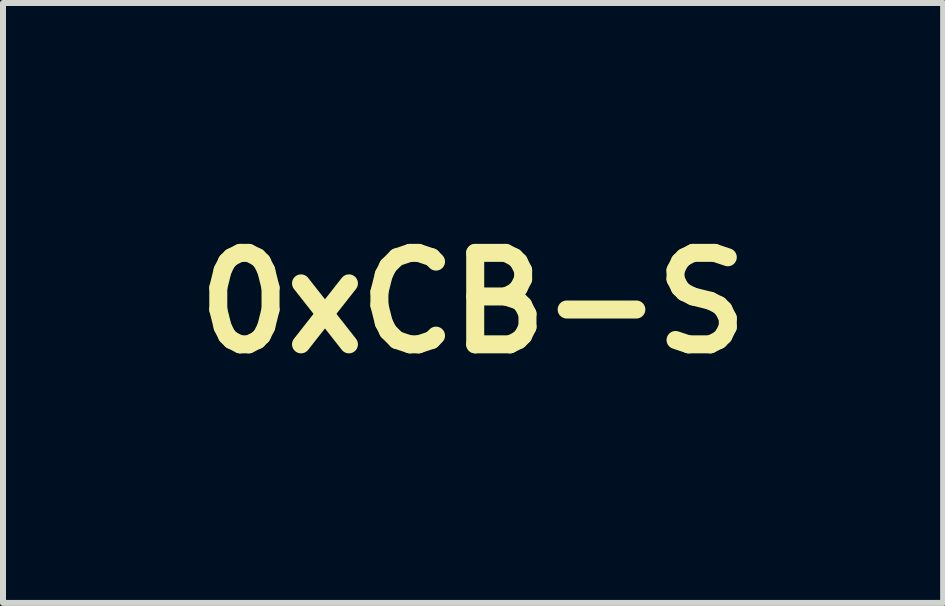
<source format=kicad_pcb>
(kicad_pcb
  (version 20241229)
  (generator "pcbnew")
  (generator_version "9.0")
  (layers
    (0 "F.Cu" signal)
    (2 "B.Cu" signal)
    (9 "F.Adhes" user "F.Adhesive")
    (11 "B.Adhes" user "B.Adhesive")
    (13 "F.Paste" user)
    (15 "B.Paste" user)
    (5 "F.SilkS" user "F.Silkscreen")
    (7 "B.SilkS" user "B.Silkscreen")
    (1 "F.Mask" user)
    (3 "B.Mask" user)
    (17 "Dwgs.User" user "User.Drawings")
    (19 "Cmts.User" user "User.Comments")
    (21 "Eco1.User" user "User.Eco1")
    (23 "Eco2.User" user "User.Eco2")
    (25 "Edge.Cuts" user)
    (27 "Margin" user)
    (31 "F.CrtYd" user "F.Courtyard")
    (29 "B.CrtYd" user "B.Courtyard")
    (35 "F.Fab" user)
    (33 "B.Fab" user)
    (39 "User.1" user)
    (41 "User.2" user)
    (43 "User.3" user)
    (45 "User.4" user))
  (footprint "0xCB-S"
    (layer "F.Cu")
    (at 4.833 1.999)
    (property "Reference" "0xCB-S" (at 0 0 0) (layer "F.SilkS") (effects (font (size 1.524 1.524) (thickness 0.3))))
    (attr board_only exclude_from_pos_files exclude_from_bom)
    (fp_poly (pts (xy 0.622 0.417) (xy 0.484 0.482) (xy 0.453 0.497) (xy 0.424 0.51) (xy 0.399 0.522) (xy 0.377 0.532) (xy 0.36 0.54) (xy 0.348 0.545) (xy 0.343 0.548) (xy 0.343 0.548) (xy 0.342 0.544) (xy 0.342 0.533) (xy 0.341 0.515) (xy 0.341 0.492) (xy 0.341 0.464) (xy 0.34 0.431) (xy 0.34 0.395) (xy 0.34 0.357) (xy 0.34 0.348) (xy 0.34 0.148) (xy 0.624 0.148)) (stroke (width 0) (type solid)) (fill yes) (layer "F.Mask"))
    (fp_poly (pts (xy 0.347 -0.47) (xy 0.352 -0.468) (xy 0.364 -0.463) (xy 0.381 -0.455) (xy 0.403 -0.445) (xy 0.428 -0.433) (xy 0.457 -0.42) (xy 0.488 -0.406) (xy 0.489 -0.405) (xy 0.624 -0.343) (xy 0.624 -0.076) (xy 0.34 -0.076) (xy 0.34 -0.274) (xy 0.34 -0.319) (xy 0.34 -0.357) (xy 0.34 -0.388) (xy 0.34 -0.413) (xy 0.341 -0.432) (xy 0.341 -0.447) (xy 0.342 -0.457) (xy 0.343 -0.464) (xy 0.344 -0.468) (xy 0.345 -0.47) (xy 0.346 -0.47)) (stroke (width 0) (type solid)) (fill yes) (layer "F.Mask"))
    (fp_poly (pts (xy -1.049 -1.999) (xy -1.024 -1.996) (xy -1.001 -1.988) (xy -0.978 -1.975) (xy -0.973 -1.972) (xy -0.947 -1.951) (xy -0.925 -1.924) (xy -0.909 -1.893) (xy -0.905 -1.884) (xy -0.896 -1.858) (xy -0.641 -1.856) (xy -0.587 -1.856) (xy -0.54 -1.855) (xy -0.5 -1.855) (xy -0.467 -1.854) (xy -0.439 -1.853) (xy -0.418 -1.853) (xy -0.401 -1.852) (xy -0.389 -1.851) (xy -0.381 -1.85) (xy -0.377 -1.849) (xy -0.377 -1.849) (xy -0.374 -1.847) (xy -0.371 -1.845) (xy -0.368 -1.843) (xy -0.366 -1.84) (xy -0.364 -1.835) (xy -0.362 -1.829) (xy -0.36 -1.82) (xy -0.359 -1.808) (xy -0.358 -1.794) (xy -0.358 -1.775) (xy -0.357 -1.752) (xy -0.357 -1.725) (xy -0.356 -1.692) (xy -0.356 -1.654) (xy -0.356 -1.609) (xy -0.356 -1.558) (xy -0.356 -1.5) (xy -0.356 -1.439) (xy -0.356 -1.057) (xy -0.313 -1.079) (xy -0.265 -1.099) (xy -0.217 -1.114) (xy -0.167 -1.123) (xy -0.156 -1.125) (xy -0.128 -1.127) (xy -0.103 -1.127) (xy -0.078 -1.124) (xy -0.051 -1.118) (xy -0.023 -1.11) (xy 0.011 -1.099) (xy 0.037 -1.109) (xy 0.077 -1.122) (xy 0.119 -1.128) (xy 0.162 -1.127) (xy 0.208 -1.119) (xy 0.256 -1.104) (xy 0.308 -1.082) (xy 0.321 -1.076) (xy 0.339 -1.067) (xy 0.354 -1.06) (xy 0.365 -1.054) (xy 0.37 -1.052) (xy 0.37 -1.052) (xy 0.371 -1.056) (xy 0.371 -1.067) (xy 0.371 -1.086) (xy 0.371 -1.11) (xy 0.371 -1.141) (xy 0.372 -1.176) (xy 0.372 -1.217) (xy 0.372 -1.261) (xy 0.372 -1.31) (xy 0.372 -1.361) (xy 0.372 -1.415) (xy 0.372 -1.435) (xy 0.372 -1.507) (xy 0.372 -1.571) (xy 0.372 -1.628) (xy 0.373 -1.677) (xy 0.373 -1.719) (xy 0.373 -1.754) (xy 0.374 -1.782) (xy 0.374 -1.804) (xy 0.375 -1.819) (xy 0.376 -1.826) (xy 0.976 -1.826) (xy 0.979 -1.8) (xy 0.987 -1.776) (xy 1 -1.755) (xy 1.018 -1.738) (xy 1.039 -1.725) (xy 1.062 -1.717) (xy 1.087 -1.716) (xy 1.113 -1.721) (xy 1.12 -1.724) (xy 1.144 -1.739) (xy 1.163 -1.758) (xy 1.176 -1.781) (xy 1.183 -1.807) (xy 1.183 -1.832) (xy 1.177 -1.858) (xy 1.176 -1.86) (xy 1.16 -1.885) (xy 1.14 -1.904) (xy 1.116 -1.917) (xy 1.089 -1.923) (xy 1.061 -1.922) (xy 1.046 -1.919) (xy 1.032 -1.912) (xy 1.016 -1.9) (xy 1.001 -1.885) (xy 0.988 -1.869) (xy 0.981 -1.854) (xy 0.981 -1.854) (xy 0.976 -1.826) (xy 0.376 -1.826) (xy 0.376 -1.828) (xy 0.376 -1.831) (xy 0.382 -1.842) (xy 0.389 -1.849) (xy 0.389 -1.849) (xy 0.393 -1.85) (xy 0.402 -1.851) (xy 0.414 -1.852) (xy 0.432 -1.853) (xy 0.456 -1.853) (xy 0.485 -1.854) (xy 0.521 -1.855) (xy 0.564 -1.855) (xy 0.614 -1.856) (xy 0.653 -1.856) (xy 0.909 -1.858) (xy 0.916 -1.881) (xy 0.93 -1.914) (xy 0.951 -1.943) (xy 0.977 -1.967) (xy 1.008 -1.985) (xy 1.019 -1.991) (xy 1.029 -1.994) (xy 1.039 -1.996) (xy 1.051 -1.998) (xy 1.067 -1.998) (xy 1.082 -1.998) (xy 1.103 -1.998) (xy 1.117 -1.997) (xy 1.129 -1.996) (xy 1.138 -1.993) (xy 1.148 -1.989) (xy 1.157 -1.985) (xy 1.189 -1.965) (xy 1.215 -1.939) (xy 1.236 -1.908) (xy 1.24 -1.9) (xy 1.246 -1.886) (xy 1.25 -1.875) (xy 1.253 -1.864) (xy 1.254 -1.851) (xy 1.254 -1.834) (xy 1.254 -1.828) (xy 1.253 -1.798) (xy 1.248 -1.774) (xy 1.24 -1.752) (xy 1.227 -1.73) (xy 1.221 -1.722) (xy 1.196 -1.695) (xy 1.168 -1.675) (xy 1.137 -1.662) (xy 1.105 -1.654) (xy 1.072 -1.653) (xy 1.039 -1.658) (xy 1.008 -1.669) (xy 0.979 -1.686) (xy 0.954 -1.709) (xy 0.932 -1.737) (xy 0.923 -1.754) (xy 0.911 -1.78) (xy 0.448 -1.78) (xy 0.45 -1.002) (xy 0.686 -0.865) (xy 0.727 -0.842) (xy 0.766 -0.819) (xy 0.802 -0.797) (xy 0.837 -0.777) (xy 0.867 -0.759) (xy 0.894 -0.743) (xy 0.916 -0.73) (xy 0.933 -0.72) (xy 0.943 -0.713) (xy 0.946 -0.711) (xy 0.99 -0.676) (xy 1.029 -0.634) (xy 1.062 -0.587) (xy 1.089 -0.536) (xy 1.094 -0.522) (xy 1.107 -0.49) (xy 1.424 -0.489) (xy 1.74 -0.488) (xy 1.74 -0.951) (xy 1.714 -0.963) (xy 1.684 -0.982) (xy 1.658 -1.006) (xy 1.638 -1.034) (xy 1.623 -1.066) (xy 1.615 -1.1) (xy 1.615 -1.122) (xy 1.676 -1.122) (xy 1.68 -1.094) (xy 1.689 -1.069) (xy 1.705 -1.047) (xy 1.725 -1.03) (xy 1.749 -1.019) (xy 1.775 -1.014) (xy 1.79 -1.014) (xy 1.805 -1.017) (xy 1.822 -1.022) (xy 1.831 -1.026) (xy 1.854 -1.042) (xy 1.871 -1.063) (xy 1.883 -1.088) (xy 1.887 -1.116) (xy 1.887 -1.12) (xy 1.884 -1.149) (xy 1.873 -1.175) (xy 1.856 -1.196) (xy 1.833 -1.213) (xy 1.829 -1.214) (xy 1.802 -1.224) (xy 1.776 -1.226) (xy 1.75 -1.221) (xy 1.726 -1.211) (xy 1.706 -1.195) (xy 1.691 -1.174) (xy 1.68 -1.149) (xy 1.676 -1.122) (xy 1.615 -1.122) (xy 1.614 -1.135) (xy 1.616 -1.148) (xy 1.625 -1.183) (xy 1.641 -1.214) (xy 1.661 -1.24) (xy 1.685 -1.262) (xy 1.712 -1.278) (xy 1.741 -1.289) (xy 1.772 -1.295) (xy 1.804 -1.295) (xy 1.835 -1.29) (xy 1.865 -1.279) (xy 1.892 -1.262) (xy 1.917 -1.239) (xy 1.938 -1.21) (xy 1.944 -1.199) (xy 1.957 -1.165) (xy 1.963 -1.131) (xy 1.961 -1.097) (xy 1.953 -1.064) (xy 1.939 -1.033) (xy 1.919 -1.005) (xy 1.894 -0.982) (xy 1.864 -0.964) (xy 1.846 -0.957) (xy 1.822 -0.949) (xy 1.818 -0.436) (xy 1.796 -0.414) (xy 1.126 -0.412) (xy 1.125 -0.244) (xy 1.124 -0.076) (xy 1.386 -0.077) (xy 1.649 -0.078) (xy 1.655 -0.098) (xy 1.671 -0.132) (xy 1.692 -0.161) (xy 1.717 -0.185) (xy 1.747 -0.203) (xy 1.78 -0.214) (xy 1.815 -0.219) (xy 1.848 -0.217) (xy 1.884 -0.207) (xy 1.917 -0.19) (xy 1.945 -0.168) (xy 1.967 -0.141) (xy 1.984 -0.11) (xy 1.99 -0.09) (xy 1.995 -0.054) (xy 1.994 -0.018) (xy 1.985 0.016) (xy 1.97 0.047) (xy 1.949 0.074) (xy 1.923 0.097) (xy 1.892 0.115) (xy 1.858 0.126) (xy 1.848 0.128) (xy 1.813 0.13) (xy 1.779 0.125) (xy 1.746 0.113) (xy 1.716 0.094) (xy 1.69 0.07) (xy 1.67 0.042) (xy 1.663 0.03) (xy 1.651 0.004) (xy 1.388 0.004) (xy 1.125 0.004) (xy 1.123 0.073) (xy 1.122 0.1) (xy 1.121 0.132) (xy 1.121 0.166) (xy 1.12 0.2) (xy 1.12 0.229) (xy 1.12 0.316) (xy 1.796 0.318) (xy 1.807 0.329) (xy 1.818 0.34) (xy 1.82 0.602) (xy 1.822 0.865) (xy 1.846 0.873) (xy 1.878 0.888) (xy 1.907 0.909) (xy 1.93 0.934) (xy 1.947 0.964) (xy 1.959 0.997) (xy 1.963 1.032) (xy 1.961 1.064) (xy 1.951 1.1) (xy 1.935 1.131) (xy 1.915 1.157) (xy 1.89 1.179) (xy 1.862 1.195) (xy 1.831 1.206) (xy 1.799 1.211) (xy 1.766 1.211) (xy 1.734 1.203) (xy 1.703 1.189) (xy 1.674 1.169) (xy 1.665 1.16) (xy 1.642 1.132) (xy 1.626 1.102) (xy 1.617 1.069) (xy 1.614 1.036) (xy 1.615 1.03) (xy 1.68 1.03) (xy 1.683 1.057) (xy 1.692 1.082) (xy 1.706 1.104) (xy 1.725 1.121) (xy 1.748 1.133) (xy 1.775 1.139) (xy 1.784 1.14) (xy 1.806 1.137) (xy 1.824 1.132) (xy 1.848 1.117) (xy 1.867 1.098) (xy 1.88 1.075) (xy 1.887 1.049) (xy 1.887 1.024) (xy 1.881 0.998) (xy 1.88 0.996) (xy 1.864 0.971) (xy 1.844 0.952) (xy 1.82 0.939) (xy 1.793 0.933) (xy 1.765 0.934) (xy 1.75 0.937) (xy 1.736 0.944) (xy 1.72 0.956) (xy 1.705 0.971) (xy 1.692 0.987) (xy 1.685 1.002) (xy 1.685 1.002) (xy 1.68 1.03) (xy 1.615 1.03) (xy 1.618 1.002) (xy 1.628 0.97) (xy 1.643 0.941) (xy 1.665 0.914) (xy 1.692 0.892) (xy 1.711 0.881) (xy 1.74 0.867) (xy 1.74 0.396) (xy 1.121 0.396) (xy 1.119 0.453) (xy 1.115 0.507) (xy 1.106 0.556) (xy 1.094 0.599) (xy 1.078 0.639) (xy 1.065 0.662) (xy 1.05 0.685) (xy 1.029 0.71) (xy 1.006 0.735) (xy 0.981 0.757) (xy 0.959 0.774) (xy 0.958 0.774) (xy 0.951 0.779) (xy 0.937 0.787) (xy 0.918 0.799) (xy 0.894 0.813) (xy 0.865 0.83) (xy 0.832 0.849) (xy 0.796 0.87) (xy 0.758 0.893) (xy 0.718 0.916) (xy 0.694 0.93) (xy 0.454 1.07) (xy 0.452 1.74) (xy 0.682 1.74) (xy 0.731 1.74) (xy 0.772 1.74) (xy 0.807 1.74) (xy 0.835 1.74) (xy 0.858 1.739) (xy 0.876 1.739) (xy 0.89 1.739) (xy 0.9 1.738) (xy 0.907 1.737) (xy 0.911 1.736) (xy 0.913 1.735) (xy 0.914 1.733) (xy 0.915 1.733) (xy 0.923 1.711) (xy 0.936 1.689) (xy 0.95 1.668) (xy 0.96 1.656) (xy 0.988 1.633) (xy 1.019 1.618) (xy 1.051 1.608) (xy 1.084 1.606) (xy 1.117 1.609) (xy 1.149 1.619) (xy 1.178 1.634) (xy 1.205 1.655) (xy 1.227 1.681) (xy 1.244 1.712) (xy 1.249 1.723) (xy 1.255 1.749) (xy 1.257 1.778) (xy 1.255 1.808) (xy 1.25 1.834) (xy 1.249 1.837) (xy 1.233 1.87) (xy 1.212 1.898) (xy 1.186 1.921) (xy 1.156 1.939) (xy 1.124 1.95) (xy 1.09 1.955) (xy 1.055 1.953) (xy 1.023 1.944) (xy 0.989 1.927) (xy 0.961 1.904) (xy 0.938 1.875) (xy 0.922 1.845) (xy 0.912 1.822) (xy 0.396 1.818) (xy 0.385 1.807) (xy 0.374 1.796) (xy 0.374 1.789) (xy 0.978 1.789) (xy 0.983 1.814) (xy 0.993 1.838) (xy 1.009 1.858) (xy 1.03 1.873) (xy 1.055 1.884) (xy 1.083 1.887) (xy 1.084 1.887) (xy 1.099 1.887) (xy 1.113 1.884) (xy 1.119 1.883) (xy 1.144 1.869) (xy 1.165 1.85) (xy 1.18 1.827) (xy 1.188 1.8) (xy 1.19 1.782) (xy 1.186 1.754) (xy 1.176 1.728) (xy 1.159 1.707) (xy 1.138 1.691) (xy 1.113 1.68) (xy 1.084 1.677) (xy 1.084 1.677) (xy 1.055 1.68) (xy 1.029 1.691) (xy 1.008 1.708) (xy 0.991 1.731) (xy 0.99 1.735) (xy 0.98 1.762) (xy 0.978 1.789) (xy 0.374 1.789) (xy 0.372 1.456) (xy 0.37 1.117) (xy 0.336 1.138) (xy 0.299 1.157) (xy 0.258 1.173) (xy 0.216 1.185) (xy 0.173 1.192) (xy 0.131 1.196) (xy 0.091 1.195) (xy 0.056 1.189) (xy 0.045 1.186) (xy 0.036 1.183) (xy 0.036 1.418) (xy 0.036 1.467) (xy 0.036 1.509) (xy 0.036 1.544) (xy 0.036 1.573) (xy 0.037 1.596) (xy 0.037 1.615) (xy 0.037 1.629) (xy 0.038 1.639) (xy 0.039 1.646) (xy 0.04 1.65) (xy 0.041 1.653) (xy 0.042 1.654) (xy 0.043 1.655) (xy 0.078 1.67) (xy 0.109 1.691) (xy 0.134 1.717) (xy 0.153 1.748) (xy 0.166 1.783) (xy 0.169 1.801) (xy 0.17 1.836) (xy 0.164 1.87) (xy 0.152 1.902) (xy 0.133 1.931) (xy 0.109 1.956) (xy 0.081 1.976) (xy 0.048 1.99) (xy 0.024 1.996) (xy 0.008 1.998) (xy -0.003 1.999) (xy -0.012 1.999) (xy -0.024 1.997) (xy -0.032 1.996) (xy -0.067 1.986) (xy -0.099 1.97) (xy -0.126 1.948) (xy -0.148 1.922) (xy -0.165 1.892) (xy -0.175 1.859) (xy -0.179 1.824) (xy -0.178 1.814) (xy -0.104 1.814) (xy -0.101 1.841) (xy -0.092 1.866) (xy -0.078 1.888) (xy -0.059 1.905) (xy -0.036 1.917) (xy -0.009 1.923) (xy 0 1.924) (xy 0.022 1.921) (xy 0.04 1.916) (xy 0.064 1.901) (xy 0.083 1.882) (xy 0.096 1.859) (xy 0.103 1.833) (xy 0.103 1.808) (xy 0.097 1.782) (xy 0.096 1.78) (xy 0.08 1.755) (xy 0.06 1.736) (xy 0.036 1.723) (xy 0.009 1.717) (xy -0.019 1.718) (xy -0.034 1.721) (xy -0.048 1.728) (xy -0.064 1.74) (xy -0.079 1.755) (xy -0.092 1.771) (xy -0.099 1.786) (xy -0.099 1.786) (xy -0.104 1.814) (xy -0.178 1.814) (xy -0.177 1.797) (xy -0.167 1.761) (xy -0.15 1.729) (xy -0.127 1.701) (xy -0.099 1.677) (xy -0.065 1.66) (xy -0.051 1.655) (xy -0.05 1.654) (xy -0.048 1.652) (xy -0.047 1.648) (xy -0.046 1.642) (xy -0.046 1.633) (xy -0.045 1.62) (xy -0.045 1.604) (xy -0.044 1.582) (xy -0.044 1.555) (xy -0.044 1.523) (xy -0.044 1.483) (xy -0.044 1.436) (xy -0.044 1.422) (xy -0.044 1.193) (xy -0.064 1.199) (xy -0.084 1.203) (xy -0.11 1.203) (xy -0.14 1.2) (xy -0.174 1.194) (xy -0.209 1.185) (xy -0.244 1.174) (xy -0.274 1.162) (xy -0.293 1.154) (xy -0.312 1.145) (xy -0.327 1.137) (xy -0.334 1.133) (xy -0.354 1.12) (xy -0.358 1.796) (xy -0.38 1.818) (xy -0.642 1.82) (xy -0.905 1.822) (xy -0.911 1.842) (xy -0.927 1.876) (xy -0.948 1.905) (xy -0.973 1.929) (xy -1.003 1.947) (xy -1.036 1.958) (xy -1.07 1.963) (xy -1.104 1.961) (xy -1.14 1.951) (xy -1.171 1.935) (xy -1.197 1.915) (xy -1.219 1.89) (xy -1.235 1.862) (xy -1.246 1.831) (xy -1.252 1.799) (xy -1.251 1.789) (xy -1.182 1.789) (xy -1.177 1.814) (xy -1.167 1.838) (xy -1.151 1.858) (xy -1.13 1.873) (xy -1.105 1.884) (xy -1.077 1.887) (xy -1.076 1.887) (xy -1.061 1.887) (xy -1.047 1.884) (xy -1.041 1.883) (xy -1.016 1.869) (xy -0.995 1.851) (xy -0.981 1.828) (xy -0.972 1.803) (xy -0.97 1.776) (xy -0.976 1.748) (xy -0.982 1.735) (xy -0.997 1.711) (xy -1.018 1.693) (xy -1.044 1.681) (xy -1.072 1.677) (xy -1.076 1.677) (xy -1.105 1.68) (xy -1.131 1.691) (xy -1.152 1.708) (xy -1.169 1.731) (xy -1.17 1.735) (xy -1.18 1.762) (xy -1.182 1.789) (xy -1.251 1.789) (xy -1.251 1.766) (xy -1.243 1.734) (xy -1.23 1.703) (xy -1.209 1.674) (xy -1.2 1.665) (xy -1.172 1.642) (xy -1.142 1.626) (xy -1.109 1.617) (xy -1.076 1.614) (xy -1.042 1.618) (xy -1.01 1.628) (xy -0.981 1.643) (xy -0.954 1.665) (xy -0.932 1.692) (xy -0.921 1.711) (xy -0.907 1.74) (xy -0.432 1.74) (xy -0.433 1.407) (xy -0.434 1.074) (xy -0.679 0.938) (xy -0.72 0.915) (xy -0.76 0.893) (xy -0.798 0.872) (xy -0.833 0.852) (xy -0.864 0.834) (xy -0.891 0.819) (xy -0.914 0.806) (xy -0.931 0.795) (xy -0.943 0.789) (xy -0.947 0.786) (xy -0.968 0.77) (xy -0.991 0.75) (xy -1.014 0.727) (xy -1.034 0.705) (xy -1.046 0.69) (xy -1.071 0.649) (xy -1.091 0.603) (xy -1.105 0.553) (xy -1.113 0.502) (xy -1.115 0.45) (xy -1.114 0.433) (xy -1.111 0.396) (xy -1.74 0.396) (xy -1.74 0.867) (xy -1.711 0.881) (xy -1.68 0.901) (xy -1.654 0.925) (xy -1.635 0.954) (xy -1.622 0.986) (xy -1.615 1.02) (xy -1.615 1.055) (xy -1.622 1.09) (xy -1.632 1.115) (xy -1.651 1.145) (xy -1.675 1.17) (xy -1.702 1.189) (xy -1.733 1.202) (xy -1.765 1.21) (xy -1.798 1.211) (xy -1.831 1.207) (xy -1.862 1.196) (xy -1.892 1.179) (xy -1.918 1.155) (xy -1.918 1.155) (xy -1.94 1.124) (xy -1.954 1.092) (xy -1.962 1.059) (xy -1.963 1.034) (xy -1.888 1.034) (xy -1.884 1.062) (xy -1.875 1.087) (xy -1.859 1.109) (xy -1.839 1.126) (xy -1.815 1.137) (xy -1.789 1.142) (xy -1.774 1.142) (xy -1.759 1.139) (xy -1.742 1.134) (xy -1.733 1.13) (xy -1.71 1.114) (xy -1.693 1.093) (xy -1.681 1.068) (xy -1.677 1.04) (xy -1.677 1.036) (xy -1.68 1.007) (xy -1.691 0.981) (xy -1.708 0.96) (xy -1.731 0.943) (xy -1.735 0.942) (xy -1.762 0.932) (xy -1.788 0.93) (xy -1.814 0.935) (xy -1.838 0.945) (xy -1.858 0.961) (xy -1.873 0.982) (xy -1.884 1.007) (xy -1.888 1.034) (xy -1.963 1.034) (xy -1.963 1.025) (xy -1.957 0.992) (xy -1.946 0.961) (xy -1.928 0.933) (xy -1.905 0.907) (xy -1.876 0.887) (xy -1.842 0.871) (xy -1.842 0.871) (xy -1.822 0.865) (xy -1.82 0.602) (xy -1.818 0.34) (xy -1.807 0.329) (xy -1.796 0.318) (xy -1.112 0.316) (xy -1.112 0.16) (xy -1.112 0.004) (xy -1.651 0.004) (xy -1.665 0.033) (xy -1.685 0.064) (xy -1.709 0.09) (xy -1.738 0.109) (xy -1.77 0.122) (xy -1.804 0.129) (xy -1.839 0.129) (xy -1.874 0.122) (xy -1.899 0.112) (xy -1.929 0.093) (xy -1.954 0.069) (xy -1.973 0.042) (xy -1.986 0.011) (xy -1.994 -0.021) (xy -1.994 -0.031) (xy -1.926 -0.031) (xy -1.921 -0.006) (xy -1.911 0.018) (xy -1.895 0.038) (xy -1.874 0.053) (xy -1.849 0.064) (xy -1.821 0.067) (xy -1.82 0.067) (xy -1.805 0.067) (xy -1.791 0.064) (xy -1.785 0.063) (xy -1.76 0.049) (xy -1.739 0.031) (xy -1.725 0.008) (xy -1.719 -0.008) (xy -0.872 -0.008) (xy -0.872 0.038) (xy -0.872 0.106) (xy -0.872 0.167) (xy -0.872 0.221) (xy -0.872 0.269) (xy -0.871 0.31) (xy -0.871 0.346) (xy -0.871 0.377) (xy -0.87 0.403) (xy -0.869 0.425) (xy -0.868 0.444) (xy -0.867 0.459) (xy -0.866 0.472) (xy -0.864 0.482) (xy -0.862 0.491) (xy -0.86 0.499) (xy -0.857 0.506) (xy -0.855 0.513) (xy -0.851 0.52) (xy -0.85 0.523) (xy -0.845 0.533) (xy -0.84 0.542) (xy -0.833 0.551) (xy -0.824 0.561) (xy -0.813 0.57) (xy -0.8 0.581) (xy -0.782 0.593) (xy -0.761 0.607) (xy -0.735 0.623) (xy -0.704 0.641) (xy -0.667 0.663) (xy -0.624 0.687) (xy -0.62 0.69) (xy -0.585 0.71) (xy -0.552 0.729) (xy -0.521 0.747) (xy -0.493 0.763) (xy -0.468 0.777) (xy -0.449 0.788) (xy -0.435 0.797) (xy -0.427 0.802) (xy -0.426 0.802) (xy -0.418 0.807) (xy -0.405 0.815) (xy -0.387 0.825) (xy -0.366 0.837) (xy -0.341 0.851) (xy -0.315 0.866) (xy -0.288 0.881) (xy -0.261 0.896) (xy -0.235 0.91) (xy -0.211 0.923) (xy -0.19 0.935) (xy -0.173 0.944) (xy -0.162 0.95) (xy -0.156 0.953) (xy -0.156 0.953) (xy -0.144 0.955) (xy -0.128 0.955) (xy -0.112 0.953) (xy -0.103 0.951) (xy -0.087 0.94) (xy -0.073 0.925) (xy -0.065 0.906) (xy -0.064 0.905) (xy -0.063 0.898) (xy -0.063 0.883) (xy -0.062 0.86) (xy -0.061 0.83) (xy -0.061 0.792) (xy -0.061 0.746) (xy -0.06 0.693) (xy -0.06 0.633) (xy -0.06 0.565) (xy -0.06 0.523) (xy -0.06 0.156) (xy -0.332 0.156) (xy -0.334 0.499) (xy -0.344 0.51) (xy -0.357 0.519) (xy -0.375 0.523) (xy -0.396 0.52) (xy -0.403 0.517) (xy -0.413 0.514) (xy -0.428 0.506) (xy -0.448 0.496) (xy -0.472 0.484) (xy -0.497 0.471) (xy -0.521 0.458) (xy -0.616 0.407) (xy -0.616 0.007) (xy 0.072 0.007) (xy 0.072 0.035) (xy 0.072 0.133) (xy 0.072 0.224) (xy 0.072 0.308) (xy 0.072 0.385) (xy 0.072 0.455) (xy 0.072 0.518) (xy 0.072 0.576) (xy 0.072 0.627) (xy 0.072 0.674) (xy 0.073 0.715) (xy 0.073 0.751) (xy 0.073 0.782) (xy 0.073 0.81) (xy 0.074 0.833) (xy 0.074 0.853) (xy 0.074 0.87) (xy 0.075 0.884) (xy 0.075 0.895) (xy 0.076 0.903) (xy 0.076 0.91) (xy 0.077 0.915) (xy 0.077 0.919) (xy 0.078 0.922) (xy 0.079 0.924) (xy 0.079 0.924) (xy 0.092 0.94) (xy 0.109 0.952) (xy 0.129 0.957) (xy 0.151 0.956) (xy 0.166 0.951) (xy 0.171 0.948) (xy 0.182 0.942) (xy 0.198 0.933) (xy 0.221 0.92) (xy 0.248 0.904) (xy 0.28 0.886) (xy 0.315 0.865) (xy 0.355 0.843) (xy 0.397 0.819) (xy 0.441 0.793) (xy 0.487 0.766) (xy 0.494 0.763) (xy 0.552 0.729) (xy 0.604 0.699) (xy 0.649 0.672) (xy 0.689 0.649) (xy 0.723 0.629) (xy 0.752 0.612) (xy 0.775 0.598) (xy 0.795 0.585) (xy 0.81 0.576) (xy 0.822 0.568) (xy 0.83 0.562) (xy 0.834 0.558) (xy 0.84 0.552) (xy 0.845 0.547) (xy 0.85 0.542) (xy 0.854 0.537) (xy 0.857 0.531) (xy 0.86 0.522) (xy 0.862 0.512) (xy 0.864 0.5) (xy 0.866 0.484) (xy 0.867 0.464) (xy 0.868 0.44) (xy 0.869 0.412) (xy 0.87 0.378) (xy 0.871 0.339) (xy 0.871 0.293) (xy 0.872 0.24) (xy 0.872 0.18) (xy 0.873 0.168) (xy 0.873 0.113) (xy 0.874 0.058) (xy 0.874 0.002) (xy 0.874 -0.031) (xy 1.714 -0.031) (xy 1.719 -0.006) (xy 1.729 0.018) (xy 1.745 0.038) (xy 1.766 0.053) (xy 1.791 0.064) (xy 1.819 0.067) (xy 1.82 0.067) (xy 1.835 0.067) (xy 1.849 0.064) (xy 1.855 0.063) (xy 1.88 0.049) (xy 1.901 0.03) (xy 1.916 0.007) (xy 1.924 -0.02) (xy 1.926 -0.038) (xy 1.922 -0.066) (xy 1.912 -0.092) (xy 1.895 -0.113) (xy 1.874 -0.129) (xy 1.849 -0.14) (xy 1.82 -0.143) (xy 1.82 -0.143) (xy 1.791 -0.14) (xy 1.765 -0.129) (xy 1.744 -0.112) (xy 1.727 -0.089) (xy 1.726 -0.085) (xy 1.716 -0.058) (xy 1.714 -0.031) (xy 0.874 -0.031) (xy 0.875 -0.052) (xy 0.875 -0.104) (xy 0.875 -0.153) (xy 0.875 -0.198) (xy 0.875 -0.238) (xy 0.875 -0.272) (xy 0.875 -0.298) (xy 0.875 -0.335) (xy 0.875 -0.365) (xy 0.874 -0.389) (xy 0.874 -0.408) (xy 0.873 -0.422) (xy 0.872 -0.432) (xy 0.871 -0.44) (xy 0.869 -0.446) (xy 0.867 -0.451) (xy 0.865 -0.457) (xy 0.864 -0.458) (xy 0.861 -0.465) (xy 0.857 -0.472) (xy 0.853 -0.478) (xy 0.848 -0.484) (xy 0.841 -0.491) (xy 0.833 -0.498) (xy 0.822 -0.506) (xy 0.809 -0.515) (xy 0.793 -0.526) (xy 0.773 -0.538) (xy 0.749 -0.552) (xy 0.722 -0.568) (xy 0.689 -0.587) (xy 0.651 -0.608) (xy 0.607 -0.633) (xy 0.558 -0.66) (xy 0.502 -0.692) (xy 0.484 -0.702) (xy 0.428 -0.733) (xy 0.379 -0.76) (xy 0.337 -0.784) (xy 0.3 -0.805) (xy 0.268 -0.822) (xy 0.241 -0.837) (xy 0.218 -0.849) (xy 0.199 -0.859) (xy 0.183 -0.868) (xy 0.171 -0.874) (xy 0.161 -0.878) (xy 0.153 -0.882) (xy 0.147 -0.884) (xy 0.142 -0.885) (xy 0.138 -0.886) (xy 0.134 -0.886) (xy 0.132 -0.886) (xy 0.11 -0.883) (xy 0.093 -0.874) (xy 0.08 -0.858) (xy 0.078 -0.854) (xy 0.078 -0.852) (xy 0.077 -0.849) (xy 0.076 -0.845) (xy 0.076 -0.839) (xy 0.075 -0.831) (xy 0.075 -0.821) (xy 0.074 -0.808) (xy 0.074 -0.792) (xy 0.074 -0.773) (xy 0.073 -0.75) (xy 0.073 -0.724) (xy 0.073 -0.693) (xy 0.073 -0.658) (xy 0.073 -0.619) (xy 0.072 -0.574) (xy 0.072 -0.523) (xy 0.072 -0.467) (xy 0.072 -0.405) (xy 0.072 -0.337) (xy 0.072 -0.262) (xy 0.072 -0.18) (xy 0.072 -0.09) (xy 0.072 0.007) (xy -0.616 0.007) (xy -0.616 -0.335) (xy -0.524 -0.386) (xy -0.499 -0.4) (xy -0.474 -0.413) (xy -0.453 -0.425) (xy -0.435 -0.434) (xy -0.422 -0.441) (xy -0.415 -0.444) (xy -0.399 -0.449) (xy -0.382 -0.452) (xy -0.365 -0.451) (xy -0.352 -0.448) (xy -0.352 -0.448) (xy -0.347 -0.445) (xy -0.343 -0.442) (xy -0.34 -0.437) (xy -0.338 -0.431) (xy -0.336 -0.422) (xy -0.334 -0.409) (xy -0.333 -0.392) (xy -0.333 -0.37) (xy -0.332 -0.343) (xy -0.332 -0.31) (xy -0.332 -0.269) (xy -0.332 -0.254) (xy -0.332 -0.088) (xy -0.06 -0.088) (xy -0.06 -0.453) (xy -0.06 -0.525) (xy -0.06 -0.589) (xy -0.06 -0.645) (xy -0.061 -0.694) (xy -0.061 -0.735) (xy -0.062 -0.769) (xy -0.062 -0.795) (xy -0.063 -0.815) (xy -0.064 -0.828) (xy -0.064 -0.834) (xy -0.074 -0.855) (xy -0.088 -0.872) (xy -0.107 -0.883) (xy -0.127 -0.887) (xy -0.138 -0.887) (xy -0.146 -0.884) (xy -0.16 -0.878) (xy -0.18 -0.869) (xy -0.203 -0.857) (xy -0.23 -0.842) (xy -0.26 -0.826) (xy -0.292 -0.809) (xy -0.325 -0.791) (xy -0.358 -0.772) (xy -0.39 -0.754) (xy -0.421 -0.735) (xy -0.43 -0.73) (xy -0.444 -0.722) (xy -0.464 -0.71) (xy -0.488 -0.696) (xy -0.517 -0.679) (xy -0.548 -0.661) (xy -0.582 -0.642) (xy -0.616 -0.622) (xy -0.634 -0.612) (xy -0.675 -0.588) (xy -0.71 -0.568) (xy -0.74 -0.55) (xy -0.764 -0.535) (xy -0.783 -0.522) (xy -0.799 -0.511) (xy -0.812 -0.501) (xy -0.822 -0.491) (xy -0.83 -0.482) (xy -0.836 -0.472) (xy -0.842 -0.462) (xy -0.846 -0.454) (xy -0.85 -0.446) (xy -0.854 -0.439) (xy -0.857 -0.431) (xy -0.86 -0.424) (xy -0.862 -0.415) (xy -0.864 -0.406) (xy -0.866 -0.394) (xy -0.867 -0.38) (xy -0.869 -0.363) (xy -0.87 -0.344) (xy -0.87 -0.32) (xy -0.871 -0.292) (xy -0.871 -0.259) (xy -0.872 -0.221) (xy -0.872 -0.178) (xy -0.872 -0.128) (xy -0.872 -0.072) (xy -0.872 -0.008) (xy -1.719 -0.008) (xy -1.716 -0.017) (xy -1.714 -0.044) (xy -1.72 -0.072) (xy -1.726 -0.085) (xy -1.741 -0.109) (xy -1.762 -0.127) (xy -1.788 -0.139) (xy -1.816 -0.143) (xy -1.82 -0.143) (xy -1.849 -0.14) (xy -1.875 -0.129) (xy -1.896 -0.112) (xy -1.913 -0.089) (xy -1.914 -0.085) (xy -1.924 -0.058) (xy -1.926 -0.031) (xy -1.994 -0.031) (xy -1.995 -0.054) (xy -1.991 -0.087) (xy -1.98 -0.118) (xy -1.963 -0.148) (xy -1.939 -0.174) (xy -1.939 -0.174) (xy -1.908 -0.196) (xy -1.876 -0.21) (xy -1.843 -0.218) (xy -1.809 -0.219) (xy -1.776 -0.213) (xy -1.745 -0.202) (xy -1.717 -0.184) (xy -1.691 -0.161) (xy -1.671 -0.132) (xy -1.655 -0.098) (xy -1.655 -0.098) (xy -1.649 -0.078) (xy -1.38 -0.077) (xy -1.112 -0.076) (xy -1.112 -0.244) (xy -1.112 -0.412) (xy -1.454 -0.413) (xy -1.796 -0.414) (xy -1.807 -0.425) (xy -1.818 -0.436) (xy -1.82 -0.692) (xy -1.822 -0.949) (xy -1.842 -0.955) (xy -1.876 -0.971) (xy -1.905 -0.992) (xy -1.929 -1.017) (xy -1.947 -1.047) (xy -1.958 -1.08) (xy -1.963 -1.115) (xy -1.963 -1.115) (xy -1.89 -1.115) (xy -1.885 -1.09) (xy -1.875 -1.066) (xy -1.859 -1.046) (xy -1.838 -1.031) (xy -1.813 -1.02) (xy -1.785 -1.017) (xy -1.784 -1.017) (xy -1.769 -1.017) (xy -1.755 -1.02) (xy -1.749 -1.021) (xy -1.724 -1.035) (xy -1.703 -1.053) (xy -1.689 -1.076) (xy -1.68 -1.101) (xy -1.678 -1.128) (xy -1.684 -1.156) (xy -1.69 -1.169) (xy -1.705 -1.193) (xy -1.726 -1.211) (xy -1.752 -1.223) (xy -1.78 -1.227) (xy -1.784 -1.227) (xy -1.813 -1.224) (xy -1.839 -1.213) (xy -1.86 -1.196) (xy -1.877 -1.173) (xy -1.878 -1.169) (xy -1.888 -1.142) (xy -1.89 -1.115) (xy -1.963 -1.115) (xy -1.961 -1.148) (xy -1.951 -1.184) (xy -1.934 -1.217) (xy -1.912 -1.245) (xy -1.885 -1.267) (xy -1.854 -1.284) (xy -1.834 -1.29) (xy -1.798 -1.295) (xy -1.762 -1.294) (xy -1.728 -1.285) (xy -1.697 -1.27) (xy -1.67 -1.249) (xy -1.647 -1.223) (xy -1.629 -1.192) (xy -1.618 -1.158) (xy -1.616 -1.148) (xy -1.614 -1.113) (xy -1.619 -1.079) (xy -1.631 -1.046) (xy -1.65 -1.016) (xy -1.674 -0.99) (xy -1.702 -0.97) (xy -1.714 -0.963) (xy -1.74 -0.951) (xy -1.74 -0.72) (xy -1.74 -0.488) (xy -1.42 -0.489) (xy -1.1 -0.49) (xy -1.089 -0.522) (xy -1.071 -0.566) (xy -1.046 -0.606) (xy -1.016 -0.643) (xy -0.978 -0.679) (xy -0.944 -0.705) (xy -0.936 -0.71) (xy -0.922 -0.718) (xy -0.903 -0.73) (xy -0.879 -0.745) (xy -0.85 -0.762) (xy -0.817 -0.782) (xy -0.781 -0.803) (xy -0.743 -0.826) (xy -0.703 -0.85) (xy -0.679 -0.864) (xy -0.438 -1.006) (xy -0.437 -1.393) (xy -0.436 -1.78) (xy -0.899 -1.78) (xy -0.911 -1.754) (xy -0.93 -1.723) (xy -0.954 -1.697) (xy -0.981 -1.677) (xy -1.011 -1.663) (xy -1.043 -1.655) (xy -1.076 -1.653) (xy -1.109 -1.657) (xy -1.141 -1.668) (xy -1.171 -1.685) (xy -1.198 -1.708) (xy -1.208 -1.72) (xy -1.223 -1.742) (xy -1.233 -1.764) (xy -1.239 -1.789) (xy -1.242 -1.815) (xy -1.174 -1.815) (xy -1.169 -1.79) (xy -1.159 -1.766) (xy -1.143 -1.746) (xy -1.122 -1.731) (xy -1.097 -1.72) (xy -1.069 -1.717) (xy -1.068 -1.717) (xy -1.053 -1.717) (xy -1.039 -1.72) (xy -1.033 -1.721) (xy -1.008 -1.735) (xy -0.987 -1.753) (xy -0.973 -1.776) (xy -0.964 -1.801) (xy -0.962 -1.828) (xy -0.968 -1.856) (xy -0.974 -1.869) (xy -0.989 -1.893) (xy -1.01 -1.911) (xy -1.036 -1.923) (xy -1.064 -1.927) (xy -1.068 -1.927) (xy -1.097 -1.924) (xy -1.123 -1.913) (xy -1.144 -1.896) (xy -1.161 -1.873) (xy -1.162 -1.869) (xy -1.172 -1.842) (xy -1.174 -1.815) (xy -1.242 -1.815) (xy -1.242 -1.818) (xy -1.242 -1.828) (xy -1.242 -1.847) (xy -1.241 -1.861) (xy -1.239 -1.872) (xy -1.235 -1.883) (xy -1.229 -1.896) (xy -1.228 -1.9) (xy -1.208 -1.933) (xy -1.183 -1.96) (xy -1.153 -1.981) (xy -1.145 -1.985) (xy -1.131 -1.991) (xy -1.118 -1.995) (xy -1.104 -1.998) (xy -1.086 -1.999) (xy -1.08 -1.999)) (stroke (width 0) (type solid)) (fill yes) (layer "F.Mask")))
  (gr_rect
    (start -3 -3)
    (end 12.667 6.998)
    (stroke (width 0.1) (type default))
    (fill no)
    (layer "Edge.Cuts")))
</source>
